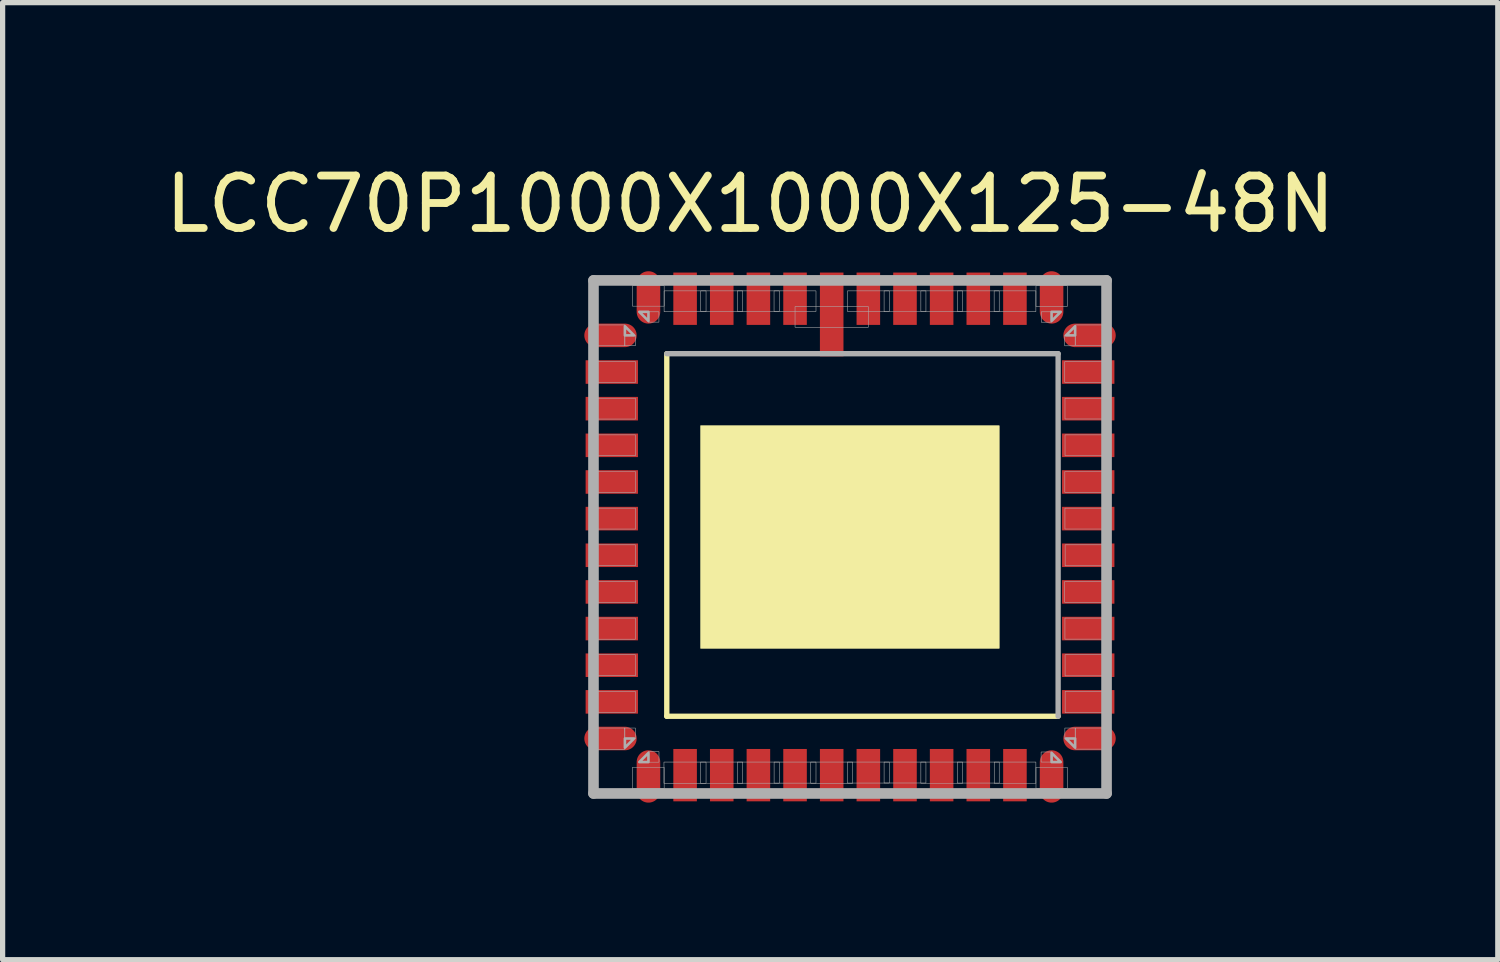
<source format=kicad_pcb>
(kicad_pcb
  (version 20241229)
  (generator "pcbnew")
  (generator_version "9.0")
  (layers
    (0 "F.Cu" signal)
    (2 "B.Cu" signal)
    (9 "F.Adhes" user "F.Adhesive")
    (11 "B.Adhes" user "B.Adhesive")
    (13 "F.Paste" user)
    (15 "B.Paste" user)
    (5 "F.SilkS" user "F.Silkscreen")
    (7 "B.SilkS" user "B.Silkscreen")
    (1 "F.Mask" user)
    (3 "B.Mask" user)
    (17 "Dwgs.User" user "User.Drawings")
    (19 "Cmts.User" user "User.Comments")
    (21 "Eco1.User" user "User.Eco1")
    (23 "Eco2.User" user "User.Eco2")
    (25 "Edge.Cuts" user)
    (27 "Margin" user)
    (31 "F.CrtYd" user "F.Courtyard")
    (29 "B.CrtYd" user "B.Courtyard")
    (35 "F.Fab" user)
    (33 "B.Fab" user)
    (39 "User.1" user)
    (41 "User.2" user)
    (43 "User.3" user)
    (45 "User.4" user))
  (footprint "LCC70P1000X1000X125-48N"
    (layer "F.Cu")
    (at 12.93 7.248)
    (property "Reference" "LCC70P1000X1000X125-48N" (at -1.65 -6.399 0) (layer "F.SilkS") (effects (font (size 1.001 1.001) (thickness 0.15))))
    (attr smd)
    (fp_line (start -3.244 3.383) (end -3.244 -3.542) (stroke (width 0.102) (type solid)) (layer "F.SilkS"))
    (fp_line (start 4.231 3.383) (end -3.244 3.383) (stroke (width 0.102) (type solid)) (layer "F.SilkS"))
    (fp_poly (pts (xy -2.598 -2.167) (xy 3.106 -2.167) (xy 3.106 2.086) (xy -2.598 2.086)) (stroke (width 0.01) (type solid)) (fill yes) (layer "F.SilkS"))
    (fp_line (start -4.644 -4.942) (end 5.156 -4.942) (stroke (width 0.203) (type solid)) (layer "F.Fab"))
    (fp_line (start -4.644 4.858) (end -4.644 -4.942) (stroke (width 0.203) (type solid)) (layer "F.Fab"))
    (fp_line (start -3.244 -3.542) (end 4.231 -3.542) (stroke (width 0.102) (type solid)) (layer "F.Fab"))
    (fp_line (start 4.231 -3.542) (end 4.231 3.383) (stroke (width 0.102) (type solid)) (layer "F.Fab"))
    (fp_line (start 5.156 -4.942) (end 5.156 4.858) (stroke (width 0.203) (type solid)) (layer "F.Fab"))
    (fp_line (start 5.156 4.858) (end -4.644 4.858) (stroke (width 0.203) (type solid)) (layer "F.Fab"))
    (fp_poly (pts (xy -4.044 3.983) (xy -3.869 3.808) (xy -4.044 3.808)) (stroke (width 0.05) (type solid)) (fill no) (layer "F.Fab"))
    (fp_poly (pts (xy -3.869 -3.892) (xy -4.044 -4.067) (xy -4.044 -3.892)) (stroke (width 0.05) (type solid)) (fill no) (layer "F.Fab"))
    (fp_poly (pts (xy -3.769 -4.342) (xy -3.594 -4.167) (xy -3.594 -4.342)) (stroke (width 0.05) (type solid)) (fill no) (layer "F.Fab"))
    (fp_poly (pts (xy -3.594 4.083) (xy -3.769 4.258) (xy -3.594 4.258)) (stroke (width 0.05) (type solid)) (fill no) (layer "F.Fab"))
    (fp_poly (pts (xy 4.106 -4.167) (xy 4.281 -4.342) (xy 4.106 -4.342)) (stroke (width 0.05) (type solid)) (fill no) (layer "F.Fab"))
    (fp_poly (pts (xy 4.281 4.258) (xy 4.106 4.083) (xy 4.106 4.258)) (stroke (width 0.05) (type solid)) (fill no) (layer "F.Fab"))
    (fp_poly (pts (xy 4.381 3.808) (xy 4.556 3.983) (xy 4.556 3.808)) (stroke (width 0.05) (type solid)) (fill no) (layer "F.Fab"))
    (fp_poly (pts (xy 4.556 -4.067) (xy 4.381 -3.892) (xy 4.556 -3.892)) (stroke (width 0.05) (type solid)) (fill no) (layer "F.Fab"))
    (fp_poly (pts (xy -4.653 3.608) (xy -4.044 3.608) (xy -4.044 4.015) (xy -4.653 4.015)) (stroke (width 0.01) (type solid)) (fill no) (layer "F.Fab"))
    (fp_poly (pts (xy -4.652 -1.292) (xy -3.844 -1.292) (xy -3.844 -0.894) (xy -4.652 -0.894)) (stroke (width 0.01) (type solid)) (fill no) (layer "F.Fab"))
    (fp_poly (pts (xy -4.651 1.508) (xy -3.844 1.508) (xy -3.844 1.911) (xy -4.651 1.911)) (stroke (width 0.01) (type solid)) (fill no) (layer "F.Fab"))
    (fp_poly (pts (xy -4.647 -0.592) (xy -3.844 -0.592) (xy -3.844 -0.192) (xy -4.647 -0.192)) (stroke (width 0.01) (type solid)) (fill no) (layer "F.Fab"))
    (fp_poly (pts (xy -4.647 -2.692) (xy -3.844 -2.692) (xy -3.844 -2.294) (xy -4.647 -2.294)) (stroke (width 0.01) (type solid)) (fill no) (layer "F.Fab"))
    (fp_poly (pts (xy -4.646 -1.992) (xy -3.844 -1.992) (xy -3.844 -1.593) (xy -4.646 -1.593)) (stroke (width 0.01) (type solid)) (fill no) (layer "F.Fab"))
    (fp_poly (pts (xy -4.646 0.808) (xy -3.844 0.808) (xy -3.844 1.208) (xy -4.646 1.208)) (stroke (width 0.01) (type solid)) (fill no) (layer "F.Fab"))
    (fp_poly (pts (xy -4.646 2.208) (xy -3.844 2.208) (xy -3.844 2.609) (xy -4.646 2.609)) (stroke (width 0.01) (type solid)) (fill no) (layer "F.Fab"))
    (fp_poly (pts (xy -4.645 0.108) (xy -3.844 0.108) (xy -3.844 0.508) (xy -4.645 0.508)) (stroke (width 0.01) (type solid)) (fill no) (layer "F.Fab"))
    (fp_poly (pts (xy -4.644 2.908) (xy -3.844 2.908) (xy -3.844 3.308) (xy -4.644 3.308)) (stroke (width 0.01) (type solid)) (fill no) (layer "F.Fab"))
    (fp_poly (pts (xy -4.644 -3.392) (xy -3.844 -3.392) (xy -3.844 -2.993) (xy -4.644 -2.993)) (stroke (width 0.01) (type solid)) (fill no) (layer "F.Fab"))
    (fp_poly (pts (xy -4.644 -4.092) (xy -4.044 -4.092) (xy -4.044 -3.693) (xy -4.644 -3.693)) (stroke (width 0.01) (type solid)) (fill no) (layer "F.Fab"))
    (fp_poly (pts (xy -4.049 3.608) (xy -3.844 3.608) (xy -3.844 3.813) (xy -4.049 3.813)) (stroke (width 0.01) (type solid)) (fill no) (layer "F.Fab"))
    (fp_poly (pts (xy -4.046 -3.892) (xy -3.844 -3.892) (xy -3.844 -3.694) (xy -4.046 -3.694)) (stroke (width 0.01) (type solid)) (fill no) (layer "F.Fab"))
    (fp_poly (pts (xy -3.9 4.358) (xy -3.294 4.358) (xy -3.294 4.766) (xy -3.9 4.766)) (stroke (width 0.01) (type solid)) (fill no) (layer "F.Fab"))
    (fp_poly (pts (xy -3.9 -4.842) (xy -3.294 -4.842) (xy -3.294 -4.45) (xy -3.9 -4.45)) (stroke (width 0.01) (type solid)) (fill no) (layer "F.Fab"))
    (fp_poly (pts (xy -3.596 4.058) (xy -3.393 4.058) (xy -3.393 4.26) (xy -3.596 4.26)) (stroke (width 0.01) (type solid)) (fill no) (layer "F.Fab"))
    (fp_poly (pts (xy -3.596 -4.342) (xy -3.394 -4.342) (xy -3.394 -4.145) (xy -3.596 -4.145)) (stroke (width 0.01) (type solid)) (fill no) (layer "F.Fab"))
    (fp_poly (pts (xy -3.298 4.258) (xy -2.494 4.258) (xy -2.494 4.663) (xy -3.298 4.663)) (stroke (width 0.01) (type solid)) (fill no) (layer "F.Fab"))
    (fp_poly (pts (xy -3.295 -4.742) (xy -2.494 -4.742) (xy -2.494 -4.344) (xy -3.295 -4.344)) (stroke (width 0.01) (type solid)) (fill no) (layer "F.Fab"))
    (fp_poly (pts (xy -2.598 4.258) (xy -1.794 4.258) (xy -1.794 4.665) (xy -2.598 4.665)) (stroke (width 0.01) (type solid)) (fill no) (layer "F.Fab"))
    (fp_poly (pts (xy -2.596 -4.742) (xy -1.794 -4.742) (xy -1.794 -4.347) (xy -2.596 -4.347)) (stroke (width 0.01) (type solid)) (fill no) (layer "F.Fab"))
    (fp_poly (pts (xy -1.897 -4.742) (xy -1.094 -4.742) (xy -1.094 -4.351) (xy -1.897 -4.351)) (stroke (width 0.01) (type solid)) (fill no) (layer "F.Fab"))
    (fp_poly (pts (xy -1.895 4.258) (xy -1.094 4.258) (xy -1.094 4.662) (xy -1.895 4.662)) (stroke (width 0.01) (type solid)) (fill no) (layer "F.Fab"))
    (fp_poly (pts (xy -1.195 -4.742) (xy -0.394 -4.742) (xy -0.394 -4.349) (xy -1.195 -4.349)) (stroke (width 0.01) (type solid)) (fill no) (layer "F.Fab"))
    (fp_poly (pts (xy -1.194 4.258) (xy -0.394 4.258) (xy -0.394 4.661) (xy -1.194 4.661)) (stroke (width 0.01) (type solid)) (fill no) (layer "F.Fab"))
    (fp_poly (pts (xy -0.794 -4.442) (xy 0.606 -4.442) (xy 0.606 -4.047) (xy -0.794 -4.047)) (stroke (width 0.01) (type solid)) (fill no) (layer "F.Fab"))
    (fp_poly (pts (xy -0.494 4.258) (xy 0.306 4.258) (xy 0.306 4.664) (xy -0.494 4.664)) (stroke (width 0.01) (type solid)) (fill no) (layer "F.Fab"))
    (fp_poly (pts (xy 0.207 4.258) (xy 1.006 4.258) (xy 1.006 4.659) (xy 0.207 4.659)) (stroke (width 0.01) (type solid)) (fill no) (layer "F.Fab"))
    (fp_poly (pts (xy 0.207 -4.742) (xy 1.006 -4.742) (xy 1.006 -4.349) (xy 0.207 -4.349)) (stroke (width 0.01) (type solid)) (fill no) (layer "F.Fab"))
    (fp_poly (pts (xy 0.907 -4.742) (xy 1.706 -4.742) (xy 1.706 -4.343) (xy 0.907 -4.343)) (stroke (width 0.01) (type solid)) (fill no) (layer "F.Fab"))
    (fp_poly (pts (xy 0.907 4.258) (xy 1.706 4.258) (xy 1.706 4.658) (xy 0.907 4.658)) (stroke (width 0.01) (type solid)) (fill no) (layer "F.Fab"))
    (fp_poly (pts (xy 1.609 4.258) (xy 2.406 4.258) (xy 2.406 4.665) (xy 1.609 4.665)) (stroke (width 0.01) (type solid)) (fill no) (layer "F.Fab"))
    (fp_poly (pts (xy 1.609 -4.742) (xy 2.406 -4.742) (xy 2.406 -4.349) (xy 1.609 -4.349)) (stroke (width 0.01) (type solid)) (fill no) (layer "F.Fab"))
    (fp_poly (pts (xy 2.307 4.258) (xy 3.106 4.258) (xy 3.106 4.659) (xy 2.307 4.659)) (stroke (width 0.01) (type solid)) (fill no) (layer "F.Fab"))
    (fp_poly (pts (xy 2.309 -4.742) (xy 3.106 -4.742) (xy 3.106 -4.346) (xy 2.309 -4.346)) (stroke (width 0.01) (type solid)) (fill no) (layer "F.Fab"))
    (fp_poly (pts (xy 3.009 -4.742) (xy 3.806 -4.742) (xy 3.806 -4.346) (xy 3.009 -4.346)) (stroke (width 0.01) (type solid)) (fill no) (layer "F.Fab"))
    (fp_poly (pts (xy 3.011 4.258) (xy 3.806 4.258) (xy 3.806 4.665) (xy 3.011 4.665)) (stroke (width 0.01) (type solid)) (fill no) (layer "F.Fab"))
    (fp_poly (pts (xy 3.808 4.358) (xy 4.406 4.358) (xy 4.406 4.759) (xy 3.808 4.759)) (stroke (width 0.01) (type solid)) (fill no) (layer "F.Fab"))
    (fp_poly (pts (xy 3.808 -4.842) (xy 4.406 -4.842) (xy 4.406 -4.444) (xy 3.808 -4.444)) (stroke (width 0.01) (type solid)) (fill no) (layer "F.Fab"))
    (fp_poly (pts (xy 3.906 4.066) (xy 4.115 4.066) (xy 4.115 4.258) (xy 3.906 4.258)) (stroke (width 0.01) (type solid)) (fill no) (layer "F.Fab"))
    (fp_poly (pts (xy 3.909 -4.342) (xy 4.106 -4.342) (xy 4.106 -4.144) (xy 3.909 -4.144)) (stroke (width 0.01) (type solid)) (fill no) (layer "F.Fab"))
    (fp_poly (pts (xy 4.357 0.808) (xy 5.156 0.808) (xy 5.156 1.208) (xy 4.357 1.208)) (stroke (width 0.01) (type solid)) (fill no) (layer "F.Fab"))
    (fp_poly (pts (xy 4.357 -3.892) (xy 4.556 -3.892) (xy 4.556 -3.693) (xy 4.357 -3.693)) (stroke (width 0.01) (type solid)) (fill no) (layer "F.Fab"))
    (fp_poly (pts (xy 4.358 -3.392) (xy 5.156 -3.392) (xy 5.156 -2.993) (xy 4.358 -2.993)) (stroke (width 0.01) (type solid)) (fill no) (layer "F.Fab"))
    (fp_poly (pts (xy 4.359 -1.292) (xy 5.156 -1.292) (xy 5.156 -0.893) (xy 4.359 -0.893)) (stroke (width 0.01) (type solid)) (fill no) (layer "F.Fab"))
    (fp_poly (pts (xy 4.36 3.608) (xy 4.556 3.608) (xy 4.556 3.811) (xy 4.36 3.811)) (stroke (width 0.01) (type solid)) (fill no) (layer "F.Fab"))
    (fp_poly (pts (xy 4.361 -0.592) (xy 5.156 -0.592) (xy 5.156 -0.193) (xy 4.361 -0.193)) (stroke (width 0.01) (type solid)) (fill no) (layer "F.Fab"))
    (fp_poly (pts (xy 4.361 1.508) (xy 5.156 1.508) (xy 5.156 1.91) (xy 4.361 1.91)) (stroke (width 0.01) (type solid)) (fill no) (layer "F.Fab"))
    (fp_poly (pts (xy 4.362 -2.692) (xy 5.156 -2.692) (xy 5.156 -2.295) (xy 4.362 -2.295)) (stroke (width 0.01) (type solid)) (fill no) (layer "F.Fab"))
    (fp_poly (pts (xy 4.363 -1.992) (xy 5.156 -1.992) (xy 5.156 -1.595) (xy 4.363 -1.595)) (stroke (width 0.01) (type solid)) (fill no) (layer "F.Fab"))
    (fp_poly (pts (xy 4.364 2.208) (xy 5.156 2.208) (xy 5.156 2.612) (xy 4.364 2.612)) (stroke (width 0.01) (type solid)) (fill no) (layer "F.Fab"))
    (fp_poly (pts (xy 4.365 0.108) (xy 5.156 0.108) (xy 5.156 0.509) (xy 4.365 0.509)) (stroke (width 0.01) (type solid)) (fill no) (layer "F.Fab"))
    (fp_poly (pts (xy 4.365 2.908) (xy 5.156 2.908) (xy 5.156 3.314) (xy 4.365 3.314)) (stroke (width 0.01) (type solid)) (fill no) (layer "F.Fab"))
    (fp_poly (pts (xy 4.56 3.608) (xy 5.156 3.608) (xy 5.156 4.011) (xy 4.56 4.011)) (stroke (width 0.01) (type solid)) (fill no) (layer "F.Fab"))
    (fp_poly (pts (xy 4.565 -4.092) (xy 5.156 -4.092) (xy 5.156 -3.699) (xy 4.565 -3.699)) (stroke (width 0.01) (type solid)) (fill no) (layer "F.Fab"))
    (pad "1" smd rect (at -0.094 -4.292) (size 0.45 1.6) (layers "F.Cu"))
    (pad "2" smd rect (at -0.794 -4.592) (size 0.45 1) (layers "F.Cu"))
    (pad "3" smd rect (at -1.494 -4.592) (size 0.45 1) (layers "F.Cu"))
    (pad "4" smd rect (at -2.194 -4.592) (size 0.45 1) (layers "F.Cu"))
    (pad "5" smd rect (at -2.894 -4.592) (size 0.45 1) (layers "F.Cu"))
    (pad "6" smd oval (at -3.594 -4.617) (size 0.45 1) (layers "F.Cu"))
    (pad "7" smd oval (at -4.319 -3.892 90) (size 0.45 1) (layers "F.Cu"))
    (pad "8" smd rect (at -4.294 -3.192 90) (size 0.45 1) (layers "F.Cu"))
    (pad "9" smd rect (at -4.294 -2.492 90) (size 0.45 1) (layers "F.Cu"))
    (pad "10" smd rect (at -4.294 -1.792 90) (size 0.45 1) (layers "F.Cu"))
    (pad "11" smd rect (at -4.294 -1.092 90) (size 0.45 1) (layers "F.Cu"))
    (pad "12" smd rect (at -4.294 -0.392 90) (size 0.45 1) (layers "F.Cu"))
    (pad "13" smd rect (at -4.294 0.308 90) (size 0.45 1) (layers "F.Cu"))
    (pad "14" smd rect (at -4.294 1.008 90) (size 0.45 1) (layers "F.Cu"))
    (pad "15" smd rect (at -4.294 1.708 90) (size 0.45 1) (layers "F.Cu"))
    (pad "16" smd rect (at -4.294 2.408 90) (size 0.45 1) (layers "F.Cu"))
    (pad "17" smd rect (at -4.294 3.108 90) (size 0.45 1) (layers "F.Cu"))
    (pad "18" smd oval (at -4.319 3.808 90) (size 0.45 1) (layers "F.Cu"))
    (pad "19" smd oval (at -3.594 4.533 180) (size 0.45 1) (layers "F.Cu"))
    (pad "20" smd rect (at -2.894 4.508 180) (size 0.45 1) (layers "F.Cu"))
    (pad "21" smd rect (at -2.194 4.508 180) (size 0.45 1) (layers "F.Cu"))
    (pad "22" smd rect (at -1.494 4.508 180) (size 0.45 1) (layers "F.Cu"))
    (pad "23" smd rect (at -0.794 4.508 180) (size 0.45 1) (layers "F.Cu"))
    (pad "24" smd rect (at -0.094 4.508 180) (size 0.45 1) (layers "F.Cu"))
    (pad "25" smd rect (at 0.606 4.508 180) (size 0.45 1) (layers "F.Cu"))
    (pad "26" smd rect (at 1.306 4.508 180) (size 0.45 1) (layers "F.Cu"))
    (pad "27" smd rect (at 2.006 4.508 180) (size 0.45 1) (layers "F.Cu"))
    (pad "28" smd rect (at 2.706 4.508 180) (size 0.45 1) (layers "F.Cu"))
    (pad "29" smd rect (at 3.406 4.508 180) (size 0.45 1) (layers "F.Cu"))
    (pad "30" smd oval (at 4.106 4.533 180) (size 0.45 1) (layers "F.Cu"))
    (pad "31" smd oval (at 4.831 3.808 270) (size 0.45 1) (layers "F.Cu"))
    (pad "32" smd rect (at 4.806 3.108 270) (size 0.45 1) (layers "F.Cu"))
    (pad "33" smd rect (at 4.806 2.408 270) (size 0.45 1) (layers "F.Cu"))
    (pad "34" smd rect (at 4.806 1.708 270) (size 0.45 1) (layers "F.Cu"))
    (pad "35" smd rect (at 4.806 1.008 270) (size 0.45 1) (layers "F.Cu"))
    (pad "36" smd rect (at 4.806 0.308 270) (size 0.45 1) (layers "F.Cu"))
    (pad "37" smd rect (at 4.806 -0.392 270) (size 0.45 1) (layers "F.Cu"))
    (pad "38" smd rect (at 4.806 -1.092 270) (size 0.45 1) (layers "F.Cu"))
    (pad "39" smd rect (at 4.806 -1.792 270) (size 0.45 1) (layers "F.Cu"))
    (pad "40" smd rect (at 4.806 -2.492 270) (size 0.45 1) (layers "F.Cu"))
    (pad "41" smd rect (at 4.806 -3.192 270) (size 0.45 1) (layers "F.Cu"))
    (pad "42" smd oval (at 4.831 -3.892 270) (size 0.45 1) (layers "F.Cu"))
    (pad "43" smd oval (at 4.106 -4.617) (size 0.45 1) (layers "F.Cu"))
    (pad "44" smd rect (at 3.406 -4.592) (size 0.45 1) (layers "F.Cu"))
    (pad "45" smd rect (at 2.706 -4.592) (size 0.45 1) (layers "F.Cu"))
    (pad "46" smd rect (at 2.006 -4.592) (size 0.45 1) (layers "F.Cu"))
    (pad "47" smd rect (at 1.306 -4.592) (size 0.45 1) (layers "F.Cu"))
    (pad "48" smd rect (at 0.606 -4.592) (size 0.45 1) (layers "F.Cu")))
  (gr_rect
    (start -3 -3)
    (end 25.559 15.281)
    (stroke (width 0.1) (type default))
    (fill no)
    (layer "Edge.Cuts")))
</source>
